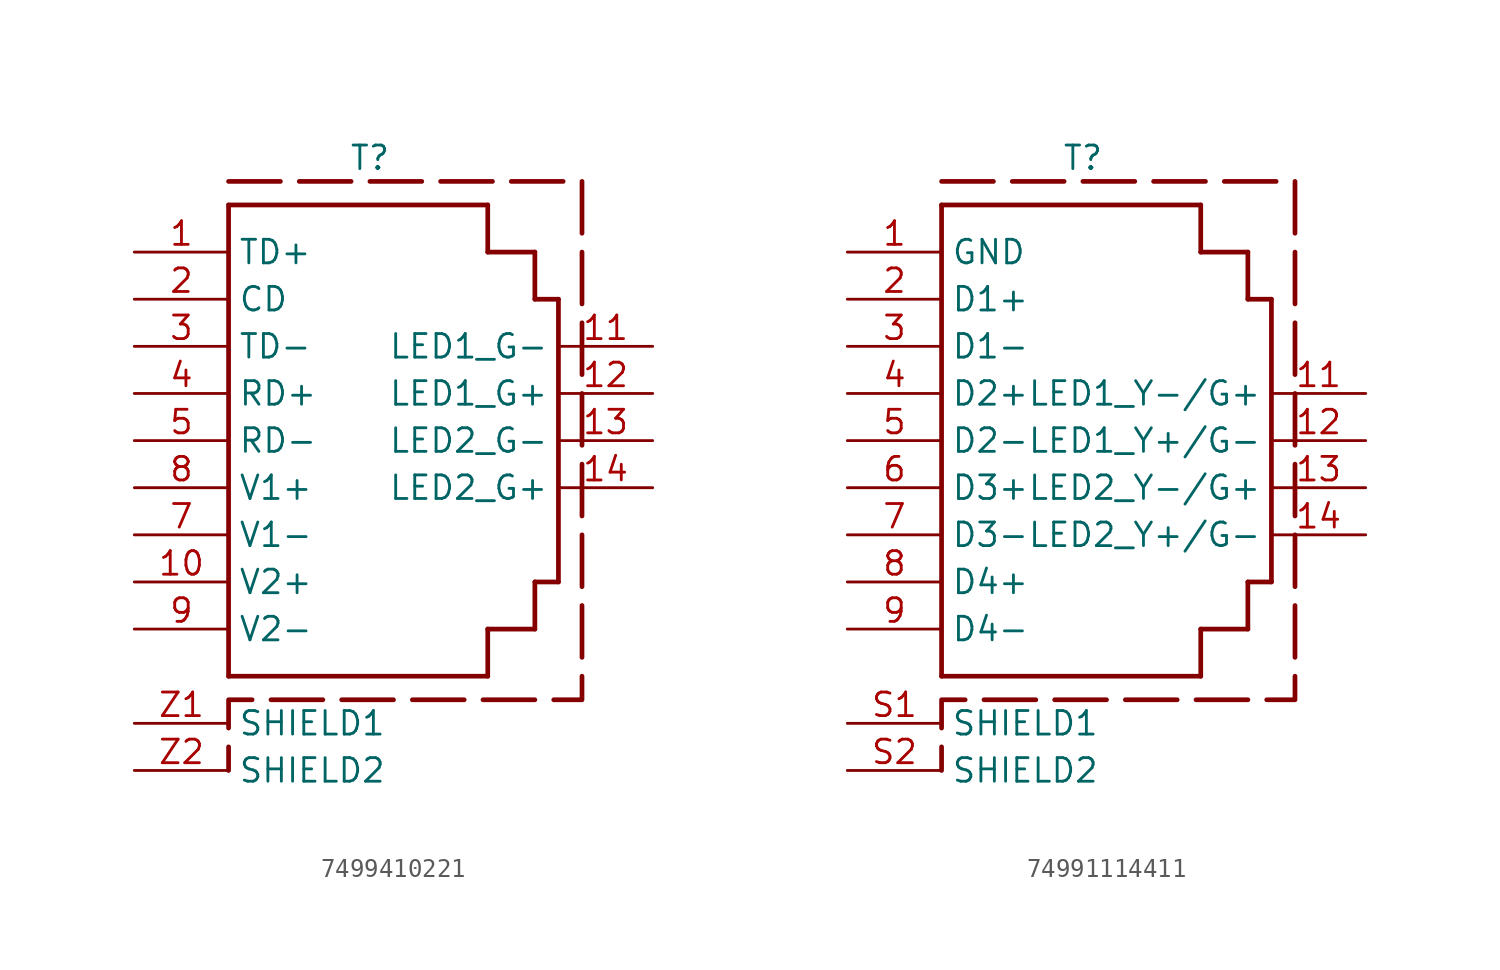
<source format=kicad_sym>
(kicad_symbol_lib
  (version 20220914)
  (generator kicad_symbol_editor)
  (symbol "7499410221"
    (property "Reference" "T"
      (at 0 15.24 0)
      (effects (font (size 1.27 1.27))))
    (property "Critical Parameter" ""
      (at 0 -5.08 0)
      (effects (font (size 1.27 1.27)) (justify left)))
    (symbol "7499410221_0_0"
      (polyline (pts (xy -7.62 -12.7) (xy -7.62 12.7)) (stroke (width 0.254) (type default)) (fill (type none)))
      (polyline (pts (xy -7.62 12.7) (xy 6.35 12.7)) (stroke (width 0.254) (type default)) (fill (type none)))
      (polyline (pts (xy 6.35 -12.7) (xy -7.62 -12.7)) (stroke (width 0.254) (type default)) (fill (type none)))
      (polyline (pts (xy 6.35 -12.7) (xy 6.35 -10.16)) (stroke (width 0.254) (type default)) (fill (type none)))
      (polyline (pts (xy 6.35 -10.16) (xy 8.89 -10.16)) (stroke (width 0.254) (type default)) (fill (type none)))
      (polyline (pts (xy 6.35 10.16) (xy 8.89 10.16)) (stroke (width 0.254) (type default)) (fill (type none)))
      (polyline (pts (xy 6.35 12.7) (xy 6.35 10.16)) (stroke (width 0.254) (type default)) (fill (type none)))
      (polyline (pts (xy 8.89 -10.16) (xy 8.89 -7.62)) (stroke (width 0.254) (type default)) (fill (type none)))
      (polyline (pts (xy 8.89 -7.62) (xy 10.16 -7.62)) (stroke (width 0.254) (type default)) (fill (type none)))
      (polyline (pts (xy 8.89 7.62) (xy 10.16 7.62)) (stroke (width 0.254) (type default)) (fill (type none)))
      (polyline (pts (xy 8.89 10.16) (xy 8.89 7.62)) (stroke (width 0.254) (type default)) (fill (type none)))
      (polyline (pts (xy 10.16 7.62) (xy 10.16 -7.62)) (stroke (width 0.254) (type default)) (fill (type none)))
      (pin passive line (at -12.7 10.16 0) (length 5.08) (name "TD+" (effects (font (size 1.27 1.27)))) (number "1" (effects (font (size 1.27 1.27)))))
      (pin passive line (at -12.7 -7.62 0) (length 5.08) (name "V2+" (effects (font (size 1.27 1.27)))) (number "10" (effects (font (size 1.27 1.27)))))
      (pin passive line (at -12.7 7.62 0) (length 5.08) (name "CD" (effects (font (size 1.27 1.27)))) (number "2" (effects (font (size 1.27 1.27)))))
      (pin passive line (at -12.7 5.08 0) (length 5.08) (name "TD-" (effects (font (size 1.27 1.27)))) (number "3" (effects (font (size 1.27 1.27)))))
      (pin passive line (at -12.7 2.54 0) (length 5.08) (name "RD+" (effects (font (size 1.27 1.27)))) (number "4" (effects (font (size 1.27 1.27)))))
      (pin passive line (at -12.7 0 0) (length 5.08) (name "RD-" (effects (font (size 1.27 1.27)))) (number "5" (effects (font (size 1.27 1.27)))))
      (pin passive line (at -12.7 -5.08 0) (length 5.08) (name "V1-" (effects (font (size 1.27 1.27)))) (number "7" (effects (font (size 1.27 1.27)))))
      (pin passive line (at -12.7 -2.54 0) (length 5.08) (name "V1+" (effects (font (size 1.27 1.27)))) (number "8" (effects (font (size 1.27 1.27)))))
      (pin passive line (at -12.7 -10.16 0) (length 5.08) (name "V2-" (effects (font (size 1.27 1.27)))) (number "9" (effects (font (size 1.27 1.27)))))
      (pin passive line (at -12.7 -15.24 0) (length 5.08) (name "SHIELD1" (effects (font (size 1.27 1.27)))) (number "Z1" (effects (font (size 1.27 1.27)))))
      (pin passive line (at -12.7 -17.78 0) (length 5.08) (name "SHIELD2" (effects (font (size 1.27 1.27)))) (number "Z2" (effects (font (size 1.27 1.27))))))
    (symbol "7499410221_1_0"
      (pin passive line (at 15.24 5.08 180) (length 5.08) (name "LED1_G-" (effects (font (size 1.27 1.27)))) (number "11" (effects (font (size 1.27 1.27)))))
      (pin passive line (at 15.24 2.54 180) (length 5.08) (name "LED1_G+" (effects (font (size 1.27 1.27)))) (number "12" (effects (font (size 1.27 1.27)))))
      (pin passive line (at 15.24 0 180) (length 5.08) (name "LED2_G-" (effects (font (size 1.27 1.27)))) (number "13" (effects (font (size 1.27 1.27)))))
      (pin passive line (at 15.24 -2.54 180) (length 5.08) (name "LED2_G+" (effects (font (size 1.27 1.27)))) (number "14" (effects (font (size 1.27 1.27))))))
    (symbol "7499410221_1_1"
      (polyline (pts (xy -7.62 13.97) (xy 11.43 13.97) (xy 11.43 -13.97) (xy -7.62 -13.97) (xy -7.62 -17.78)) (stroke (width 0.254) (type dash)) (fill (type none)))))
  (symbol "74991114411"
    (property "Reference" "T"
      (at 0 15.24 0)
      (effects (font (size 1.27 1.27))))
    (property "Critical Parameter" ""
      (at 0 -5.08 0)
      (effects (font (size 1.27 1.27)) (justify left)))
    (symbol "74991114411_0_0"
      (polyline (pts (xy -7.62 -12.7) (xy -7.62 12.7)) (stroke (width 0.254) (type default)) (fill (type none)))
      (polyline (pts (xy -7.62 12.7) (xy 6.35 12.7)) (stroke (width 0.254) (type default)) (fill (type none)))
      (polyline (pts (xy 6.35 -12.7) (xy -7.62 -12.7)) (stroke (width 0.254) (type default)) (fill (type none)))
      (polyline (pts (xy 6.35 -12.7) (xy 6.35 -10.16)) (stroke (width 0.254) (type default)) (fill (type none)))
      (polyline (pts (xy 6.35 -10.16) (xy 8.89 -10.16)) (stroke (width 0.254) (type default)) (fill (type none)))
      (polyline (pts (xy 6.35 10.16) (xy 8.89 10.16)) (stroke (width 0.254) (type default)) (fill (type none)))
      (polyline (pts (xy 6.35 12.7) (xy 6.35 10.16)) (stroke (width 0.254) (type default)) (fill (type none)))
      (polyline (pts (xy 8.89 -10.16) (xy 8.89 -7.62)) (stroke (width 0.254) (type default)) (fill (type none)))
      (polyline (pts (xy 8.89 -7.62) (xy 10.16 -7.62)) (stroke (width 0.254) (type default)) (fill (type none)))
      (polyline (pts (xy 8.89 7.62) (xy 10.16 7.62)) (stroke (width 0.254) (type default)) (fill (type none)))
      (polyline (pts (xy 8.89 10.16) (xy 8.89 7.62)) (stroke (width 0.254) (type default)) (fill (type none)))
      (polyline (pts (xy 10.16 7.62) (xy 10.16 -7.62)) (stroke (width 0.254) (type default)) (fill (type none)))
      (pin passive line (at -12.7 10.16 0) (length 5.08) (name "GND" (effects (font (size 1.27 1.27)))) (number "1" (effects (font (size 1.27 1.27)))))
      (pin passive line (at -12.7 7.62 0) (length 5.08) (name "D1+" (effects (font (size 1.27 1.27)))) (number "2" (effects (font (size 1.27 1.27)))))
      (pin passive line (at -12.7 5.08 0) (length 5.08) (name "D1-" (effects (font (size 1.27 1.27)))) (number "3" (effects (font (size 1.27 1.27)))))
      (pin passive line (at -12.7 2.54 0) (length 5.08) (name "D2+" (effects (font (size 1.27 1.27)))) (number "4" (effects (font (size 1.27 1.27)))))
      (pin passive line (at -12.7 0 0) (length 5.08) (name "D2-" (effects (font (size 1.27 1.27)))) (number "5" (effects (font (size 1.27 1.27)))))
      (pin passive line (at -12.7 -2.54 0) (length 5.08) (name "D3+" (effects (font (size 1.27 1.27)))) (number "6" (effects (font (size 1.27 1.27)))))
      (pin passive line (at -12.7 -5.08 0) (length 5.08) (name "D3-" (effects (font (size 1.27 1.27)))) (number "7" (effects (font (size 1.27 1.27)))))
      (pin passive line (at -12.7 -7.62 0) (length 5.08) (name "D4+" (effects (font (size 1.27 1.27)))) (number "8" (effects (font (size 1.27 1.27)))))
      (pin passive line (at -12.7 -10.16 0) (length 5.08) (name "D4-" (effects (font (size 1.27 1.27)))) (number "9" (effects (font (size 1.27 1.27)))))
      (pin passive line (at -12.7 -15.24 0) (length 5.08) (name "SHIELD1" (effects (font (size 1.27 1.27)))) (number "S1" (effects (font (size 1.27 1.27)))))
      (pin passive line (at -12.7 -17.78 0) (length 5.08) (name "SHIELD2" (effects (font (size 1.27 1.27)))) (number "S2" (effects (font (size 1.27 1.27))))))
    (symbol "74991114411_1_0"
      (pin passive line (at 15.24 2.54 180) (length 5.08) (name "LED1_Y-/G+" (effects (font (size 1.27 1.27)))) (number "11" (effects (font (size 1.27 1.27)))))
      (pin passive line (at 15.24 0 180) (length 5.08) (name "LED1_Y+/G-" (effects (font (size 1.27 1.27)))) (number "12" (effects (font (size 1.27 1.27)))))
      (pin passive line (at 15.24 -2.54 180) (length 5.08) (name "LED2_Y-/G+" (effects (font (size 1.27 1.27)))) (number "13" (effects (font (size 1.27 1.27)))))
      (pin passive line (at 15.24 -5.08 180) (length 5.08) (name "LED2_Y+/G-" (effects (font (size 1.27 1.27)))) (number "14" (effects (font (size 1.27 1.27))))))
    (symbol "74991114411_1_1"
      (polyline (pts (xy -7.62 13.97) (xy 11.43 13.97) (xy 11.43 -13.97) (xy -7.62 -13.97) (xy -7.62 -17.78)) (stroke (width 0.254) (type dash)) (fill (type none))))))
</source>
